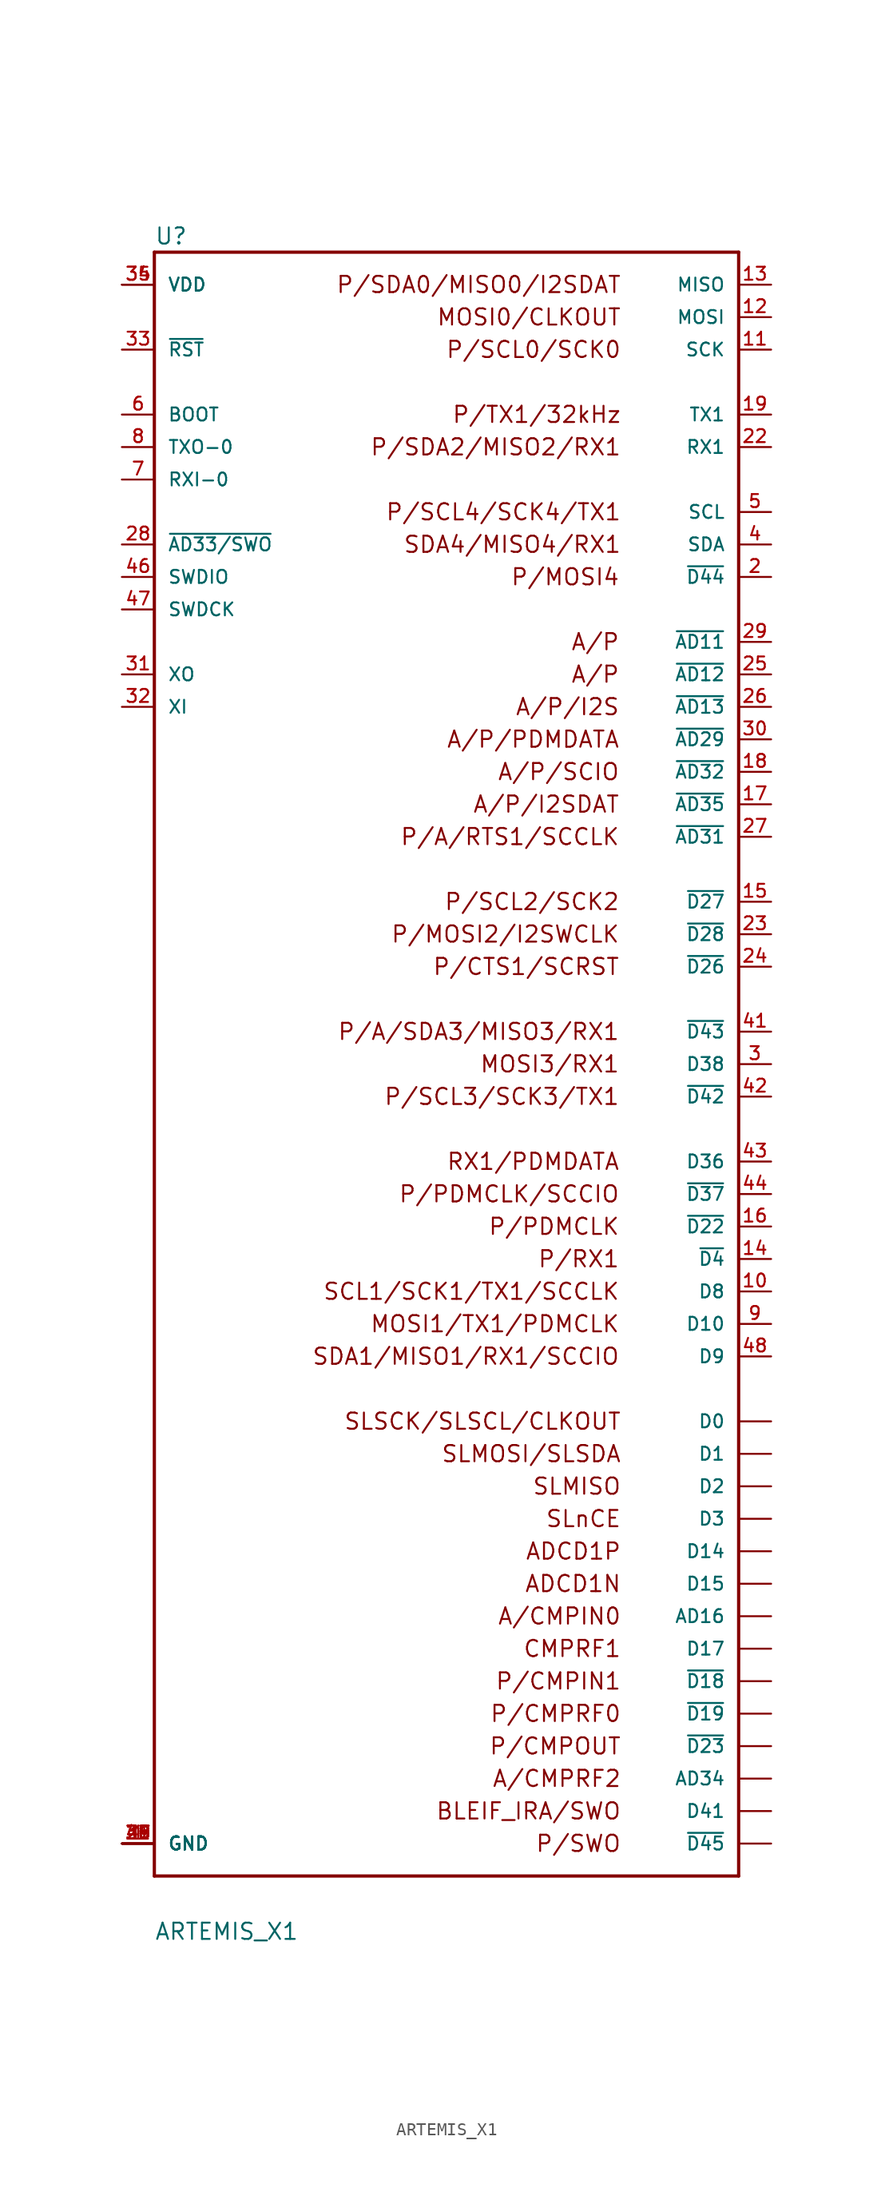
<source format=kicad_sym>
(kicad_symbol_lib
  (version 20201005)
  (generator kicad_symbol_editor)
  (symbol "ARTEMIS_X1"
    (pin_names
      (offset 1.016))
    (property "Reference" "U"
      (at -12.7 36.068 0)
      (effects (font (size 1.27 1.27)) (justify left bottom)))
    (property "Value" "ARTEMIS_X1"
      (at -12.7 -96.52 0)
      (effects (font (size 1.27 1.27)) (justify left bottom)))
    (property "ki_locked" ""
      (at 0 0 0)
      (effects (font (size 1.27 1.27))))
    (symbol "ARTEMIS_X1_0_0"
      (text "A/CMPIN0" (at 23.876 -71.12 0) (effects (font (size 1.27 1.27)) (justify right)))
      (text "A/CMPRF2" (at 23.876 -83.82 0) (effects (font (size 1.27 1.27)) (justify right)))
      (text "A/P" (at 23.749 2.54 0) (effects (font (size 1.27 1.27)) (justify right)))
      (text "A/P" (at 23.749 5.08 0) (effects (font (size 1.27 1.27)) (justify right)))
      (text "A/P/I2S" (at 23.749 0 0) (effects (font (size 1.27 1.27)) (justify right)))
      (text "A/P/I2SDAT" (at 23.749 -7.62 0) (effects (font (size 1.27 1.27)) (justify right)))
      (text "A/P/PDMDATA" (at 23.749 -2.54 0) (effects (font (size 1.27 1.27)) (justify right)))
      (text "A/P/SCIO" (at 23.749 -5.08 0) (effects (font (size 1.27 1.27)) (justify right)))
      (text "ADCD1N" (at 23.876 -68.58 0) (effects (font (size 1.27 1.27)) (justify right)))
      (text "ADCD1P" (at 23.876 -66.04 0) (effects (font (size 1.27 1.27)) (justify right)))
      (text "BLEIF_IRA/SWO" (at 23.876 -86.36 0) (effects (font (size 1.27 1.27)) (justify right)))
      (text "CMPRF1" (at 23.876 -73.66 0) (effects (font (size 1.27 1.27)) (justify right)))
      (text "MOSI0/CLKOUT" (at 23.876 30.48 0) (effects (font (size 1.27 1.27)) (justify right)))
      (text "MOSI1/TX1/PDMCLK" (at 23.749 -48.26 0) (effects (font (size 1.27 1.27)) (justify right)))
      (text "MOSI3/RX1" (at 23.749 -27.94 0) (effects (font (size 1.27 1.27)) (justify right)))
      (text "P/A/RTS1/SCCLK" (at 23.749 -10.16 0) (effects (font (size 1.27 1.27)) (justify right)))
      (text "P/A/SDA3/MISO3/RX1" (at 23.749 -25.4 0) (effects (font (size 1.27 1.27)) (justify right)))
      (text "P/CMPIN1" (at 23.876 -76.2 0) (effects (font (size 1.27 1.27)) (justify right)))
      (text "P/CMPOUT" (at 23.876 -81.28 0) (effects (font (size 1.27 1.27)) (justify right)))
      (text "P/CMPRF0" (at 23.876 -78.74 0) (effects (font (size 1.27 1.27)) (justify right)))
      (text "P/CTS1/SCRST" (at 23.749 -20.32 0) (effects (font (size 1.27 1.27)) (justify right)))
      (text "P/MOSI2/I2SWCLK" (at 23.749 -17.78 0) (effects (font (size 1.27 1.27)) (justify right)))
      (text "P/MOSI4" (at 23.749 10.16 0) (effects (font (size 1.27 1.27)) (justify right)))
      (text "P/PDMCLK" (at 23.749 -40.64 0) (effects (font (size 1.27 1.27)) (justify right)))
      (text "P/PDMCLK/SCCIO" (at 23.749 -38.1 0) (effects (font (size 1.27 1.27)) (justify right)))
      (text "P/RX1" (at 23.749 -43.18 0) (effects (font (size 1.27 1.27)) (justify right)))
      (text "P/SCL0/SCK0" (at 23.876 27.94 0) (effects (font (size 1.27 1.27)) (justify right)))
      (text "P/SCL2/SCK2" (at 23.749 -15.24 0) (effects (font (size 1.27 1.27)) (justify right)))
      (text "P/SCL3/SCK3/TX1" (at 23.749 -30.48 0) (effects (font (size 1.27 1.27)) (justify right)))
      (text "P/SCL4/SCK4/TX1" (at 23.876 15.24 0) (effects (font (size 1.27 1.27)) (justify right)))
      (text "P/SDA0/MISO0/I2SDAT" (at 23.876 33.02 0) (effects (font (size 1.27 1.27)) (justify right)))
      (text "P/SDA2/MISO2/RX1" (at 23.876 20.32 0) (effects (font (size 1.27 1.27)) (justify right)))
      (text "P/SWO" (at 23.876 -88.9 0) (effects (font (size 1.27 1.27)) (justify right)))
      (text "P/TX1/32kHz" (at 23.876 22.86 0) (effects (font (size 1.27 1.27)) (justify right)))
      (text "RX1/PDMDATA" (at 23.749 -35.56 0) (effects (font (size 1.27 1.27)) (justify right)))
      (text "SCL1/SCK1/TX1/SCCLK" (at 23.749 -45.72 0) (effects (font (size 1.27 1.27)) (justify right)))
      (text "SDA1/MISO1/RX1/SCCIO" (at 23.749 -50.8 0) (effects (font (size 1.27 1.27)) (justify right)))
      (text "SDA4/MISO4/RX1" (at 23.876 12.7 0) (effects (font (size 1.27 1.27)) (justify right)))
      (text "SLMISO" (at 23.876 -60.96 0) (effects (font (size 1.27 1.27)) (justify right)))
      (text "SLMOSI/SLSDA" (at 23.876 -58.42 0) (effects (font (size 1.27 1.27)) (justify right)))
      (text "SLnCE" (at 23.876 -63.5 0) (effects (font (size 1.27 1.27)) (justify right)))
      (text "SLSCK/SLSCL/CLKOUT" (at 23.876 -55.88 0) (effects (font (size 1.27 1.27)) (justify right)))
      (polyline (pts (xy -12.7 -91.44) (xy -12.7 35.56)) (stroke (width 0.254)) (fill (type none)))
      (polyline (pts (xy -12.7 35.56) (xy 33.02 35.56)) (stroke (width 0.254)) (fill (type none)))
      (polyline (pts (xy 33.02 -91.44) (xy -12.7 -91.44)) (stroke (width 0.254)) (fill (type none)))
      (polyline (pts (xy 33.02 35.56) (xy 33.02 -91.44)) (stroke (width 0.254)) (fill (type none)))
      (pin bidirectional line (at -15.24 -88.9 0) (length 2.54) (name "GND" (effects (font (size 1.016 1.016)))) (number "1" (effects (font (size 1.016 1.016)))))
      (pin bidirectional line (at 35.56 -45.72 180) (length 2.54) (name "D8" (effects (font (size 1.016 1.016)))) (number "10" (effects (font (size 1.016 1.016)))))
      (pin bidirectional line (at 35.56 27.94 180) (length 2.54) (name "SCK" (effects (font (size 1.016 1.016)))) (number "11" (effects (font (size 1.016 1.016)))))
      (pin bidirectional line (at 35.56 30.48 180) (length 2.54) (name "MOSI" (effects (font (size 1.016 1.016)))) (number "12" (effects (font (size 1.016 1.016)))))
      (pin bidirectional line (at 35.56 33.02 180) (length 2.54) (name "MISO" (effects (font (size 1.016 1.016)))) (number "13" (effects (font (size 1.016 1.016)))))
      (pin bidirectional line (at 35.56 -43.18 180) (length 2.54) (name "~D4" (effects (font (size 1.016 1.016)))) (number "14" (effects (font (size 1.016 1.016)))))
      (pin bidirectional line (at 35.56 -15.24 180) (length 2.54) (name "~D27" (effects (font (size 1.016 1.016)))) (number "15" (effects (font (size 1.016 1.016)))))
      (pin bidirectional line (at 35.56 -40.64 180) (length 2.54) (name "~D22" (effects (font (size 1.016 1.016)))) (number "16" (effects (font (size 1.016 1.016)))))
      (pin bidirectional line (at 35.56 -7.62 180) (length 2.54) (name "~AD35" (effects (font (size 1.016 1.016)))) (number "17" (effects (font (size 1.016 1.016)))))
      (pin bidirectional line (at 35.56 -5.08 180) (length 2.54) (name "~AD32" (effects (font (size 1.016 1.016)))) (number "18" (effects (font (size 1.016 1.016)))))
      (pin bidirectional line (at 35.56 22.86 180) (length 2.54) (name "TX1" (effects (font (size 1.016 1.016)))) (number "19" (effects (font (size 1.016 1.016)))))
      (pin bidirectional line (at 35.56 10.16 180) (length 2.54) (name "~D44" (effects (font (size 1.016 1.016)))) (number "2" (effects (font (size 1.016 1.016)))))
      (pin bidirectional line (at -15.24 -88.9 0) (length 2.54) (name "GND" (effects (font (size 1.016 1.016)))) (number "20" (effects (font (size 1.016 1.016)))))
      (pin bidirectional line (at -15.24 -88.9 0) (length 2.54) (name "GND" (effects (font (size 1.016 1.016)))) (number "21" (effects (font (size 1.016 1.016)))))
      (pin bidirectional line (at 35.56 20.32 180) (length 2.54) (name "RX1" (effects (font (size 1.016 1.016)))) (number "22" (effects (font (size 1.016 1.016)))))
      (pin bidirectional line (at 35.56 -17.78 180) (length 2.54) (name "~D28" (effects (font (size 1.016 1.016)))) (number "23" (effects (font (size 1.016 1.016)))))
      (pin bidirectional line (at 35.56 -20.32 180) (length 2.54) (name "~D26" (effects (font (size 1.016 1.016)))) (number "24" (effects (font (size 1.016 1.016)))))
      (pin bidirectional line (at 35.56 2.54 180) (length 2.54) (name "~AD12" (effects (font (size 1.016 1.016)))) (number "25" (effects (font (size 1.016 1.016)))))
      (pin bidirectional line (at 35.56 0 180) (length 2.54) (name "~AD13" (effects (font (size 1.016 1.016)))) (number "26" (effects (font (size 1.016 1.016)))))
      (pin bidirectional line (at 35.56 -10.16 180) (length 2.54) (name "~AD31" (effects (font (size 1.016 1.016)))) (number "27" (effects (font (size 1.016 1.016)))))
      (pin bidirectional line (at -15.24 12.7 0) (length 2.54) (name "~AD33/SWO" (effects (font (size 1.016 1.016)))) (number "28" (effects (font (size 1.016 1.016)))))
      (pin bidirectional line (at 35.56 5.08 180) (length 2.54) (name "~AD11" (effects (font (size 1.016 1.016)))) (number "29" (effects (font (size 1.016 1.016)))))
      (pin bidirectional line (at 35.56 -27.94 180) (length 2.54) (name "D38" (effects (font (size 1.016 1.016)))) (number "3" (effects (font (size 1.016 1.016)))))
      (pin bidirectional line (at 35.56 -2.54 180) (length 2.54) (name "~AD29" (effects (font (size 1.016 1.016)))) (number "30" (effects (font (size 1.016 1.016)))))
      (pin bidirectional line (at -15.24 2.54 0) (length 2.54) (name "XO" (effects (font (size 1.016 1.016)))) (number "31" (effects (font (size 1.016 1.016)))))
      (pin bidirectional line (at -15.24 0 0) (length 2.54) (name "XI" (effects (font (size 1.016 1.016)))) (number "32" (effects (font (size 1.016 1.016)))))
      (pin bidirectional line (at -15.24 27.94 0) (length 2.54) (name "~RST~" (effects (font (size 1.016 1.016)))) (number "33" (effects (font (size 1.016 1.016)))))
      (pin bidirectional line (at -15.24 33.02 0) (length 2.54) (name "VDD" (effects (font (size 1.016 1.016)))) (number "34" (effects (font (size 1.016 1.016)))))
      (pin bidirectional line (at -15.24 33.02 0) (length 2.54) (name "VDD" (effects (font (size 1.016 1.016)))) (number "35" (effects (font (size 1.016 1.016)))))
      (pin bidirectional line (at -15.24 -88.9 0) (length 2.54) (name "GND" (effects (font (size 1.016 1.016)))) (number "36" (effects (font (size 1.016 1.016)))))
      (pin bidirectional line (at -15.24 -88.9 0) (length 2.54) (name "GND" (effects (font (size 1.016 1.016)))) (number "37" (effects (font (size 1.016 1.016)))))
      (pin bidirectional line (at -15.24 -88.9 0) (length 2.54) (name "GND" (effects (font (size 1.016 1.016)))) (number "38" (effects (font (size 1.016 1.016)))))
      (pin bidirectional line (at -15.24 -88.9 0) (length 2.54) (name "GND" (effects (font (size 1.016 1.016)))) (number "39" (effects (font (size 1.016 1.016)))))
      (pin bidirectional line (at 35.56 12.7 180) (length 2.54) (name "SDA" (effects (font (size 1.016 1.016)))) (number "4" (effects (font (size 1.016 1.016)))))
      (pin bidirectional line (at -15.24 -88.9 0) (length 2.54) (name "GND" (effects (font (size 1.016 1.016)))) (number "40" (effects (font (size 1.016 1.016)))))
      (pin bidirectional line (at 35.56 -25.4 180) (length 2.54) (name "~D43" (effects (font (size 1.016 1.016)))) (number "41" (effects (font (size 1.016 1.016)))))
      (pin bidirectional line (at 35.56 -30.48 180) (length 2.54) (name "~D42" (effects (font (size 1.016 1.016)))) (number "42" (effects (font (size 1.016 1.016)))))
      (pin bidirectional line (at 35.56 -35.56 180) (length 2.54) (name "D36" (effects (font (size 1.016 1.016)))) (number "43" (effects (font (size 1.016 1.016)))))
      (pin bidirectional line (at 35.56 -38.1 180) (length 2.54) (name "~D37" (effects (font (size 1.016 1.016)))) (number "44" (effects (font (size 1.016 1.016)))))
      (pin bidirectional line (at -15.24 -88.9 0) (length 2.54) (name "GND" (effects (font (size 1.016 1.016)))) (number "45" (effects (font (size 1.016 1.016)))))
      (pin bidirectional line (at -15.24 10.16 0) (length 2.54) (name "SWDIO" (effects (font (size 1.016 1.016)))) (number "46" (effects (font (size 1.016 1.016)))))
      (pin bidirectional line (at -15.24 7.62 0) (length 2.54) (name "SWDCK" (effects (font (size 1.016 1.016)))) (number "47" (effects (font (size 1.016 1.016)))))
      (pin bidirectional line (at 35.56 -50.8 180) (length 2.54) (name "D9" (effects (font (size 1.016 1.016)))) (number "48" (effects (font (size 1.016 1.016)))))
      (pin bidirectional line (at 35.56 15.24 180) (length 2.54) (name "SCL" (effects (font (size 1.016 1.016)))) (number "5" (effects (font (size 1.016 1.016)))))
      (pin bidirectional line (at -15.24 22.86 0) (length 2.54) (name "BOOT" (effects (font (size 1.016 1.016)))) (number "6" (effects (font (size 1.016 1.016)))))
      (pin bidirectional line (at -15.24 17.78 0) (length 2.54) (name "RXI-0" (effects (font (size 1.016 1.016)))) (number "7" (effects (font (size 1.016 1.016)))))
      (pin bidirectional line (at -15.24 20.32 0) (length 2.54) (name "TXO-0" (effects (font (size 1.016 1.016)))) (number "8" (effects (font (size 1.016 1.016)))))
      (pin bidirectional line (at 35.56 -48.26 180) (length 2.54) (name "D10" (effects (font (size 1.016 1.016)))) (number "9" (effects (font (size 1.016 1.016)))))
      (pin bidirectional line (at 35.56 -71.12 180) (length 2.54) (name "AD16" (effects (font (size 1.016 1.016)))) (number "~" (effects (font (size 1.016 1.016)))))
      (pin bidirectional line (at 35.56 -83.82 180) (length 2.54) (name "AD34" (effects (font (size 1.016 1.016)))) (number "~" (effects (font (size 1.016 1.016)))))
      (pin bidirectional line (at 35.56 -55.88 180) (length 2.54) (name "D0" (effects (font (size 1.016 1.016)))) (number "~" (effects (font (size 1.016 1.016)))))
      (pin bidirectional line (at 35.56 -58.42 180) (length 2.54) (name "D1" (effects (font (size 1.016 1.016)))) (number "~" (effects (font (size 1.016 1.016)))))
      (pin bidirectional line (at 35.56 -66.04 180) (length 2.54) (name "D14" (effects (font (size 1.016 1.016)))) (number "~" (effects (font (size 1.016 1.016)))))
      (pin bidirectional line (at 35.56 -68.58 180) (length 2.54) (name "D15" (effects (font (size 1.016 1.016)))) (number "~" (effects (font (size 1.016 1.016)))))
      (pin bidirectional line (at 35.56 -73.66 180) (length 2.54) (name "D17" (effects (font (size 1.016 1.016)))) (number "~" (effects (font (size 1.016 1.016)))))
      (pin bidirectional line (at 35.56 -60.96 180) (length 2.54) (name "D2" (effects (font (size 1.016 1.016)))) (number "~" (effects (font (size 1.016 1.016)))))
      (pin bidirectional line (at 35.56 -63.5 180) (length 2.54) (name "D3" (effects (font (size 1.016 1.016)))) (number "~" (effects (font (size 1.016 1.016)))))
      (pin bidirectional line (at 35.56 -86.36 180) (length 2.54) (name "D41" (effects (font (size 1.016 1.016)))) (number "~" (effects (font (size 1.016 1.016)))))
      (pin bidirectional line (at 35.56 -76.2 180) (length 2.54) (name "~D18" (effects (font (size 1.016 1.016)))) (number "~" (effects (font (size 1.016 1.016)))))
      (pin bidirectional line (at 35.56 -78.74 180) (length 2.54) (name "~D19" (effects (font (size 1.016 1.016)))) (number "~" (effects (font (size 1.016 1.016)))))
      (pin bidirectional line (at 35.56 -81.28 180) (length 2.54) (name "~D23" (effects (font (size 1.016 1.016)))) (number "~" (effects (font (size 1.016 1.016)))))
      (pin bidirectional line (at 35.56 -88.9 180) (length 2.54) (name "~D45" (effects (font (size 1.016 1.016)))) (number "~" (effects (font (size 1.016 1.016))))))))
</source>
